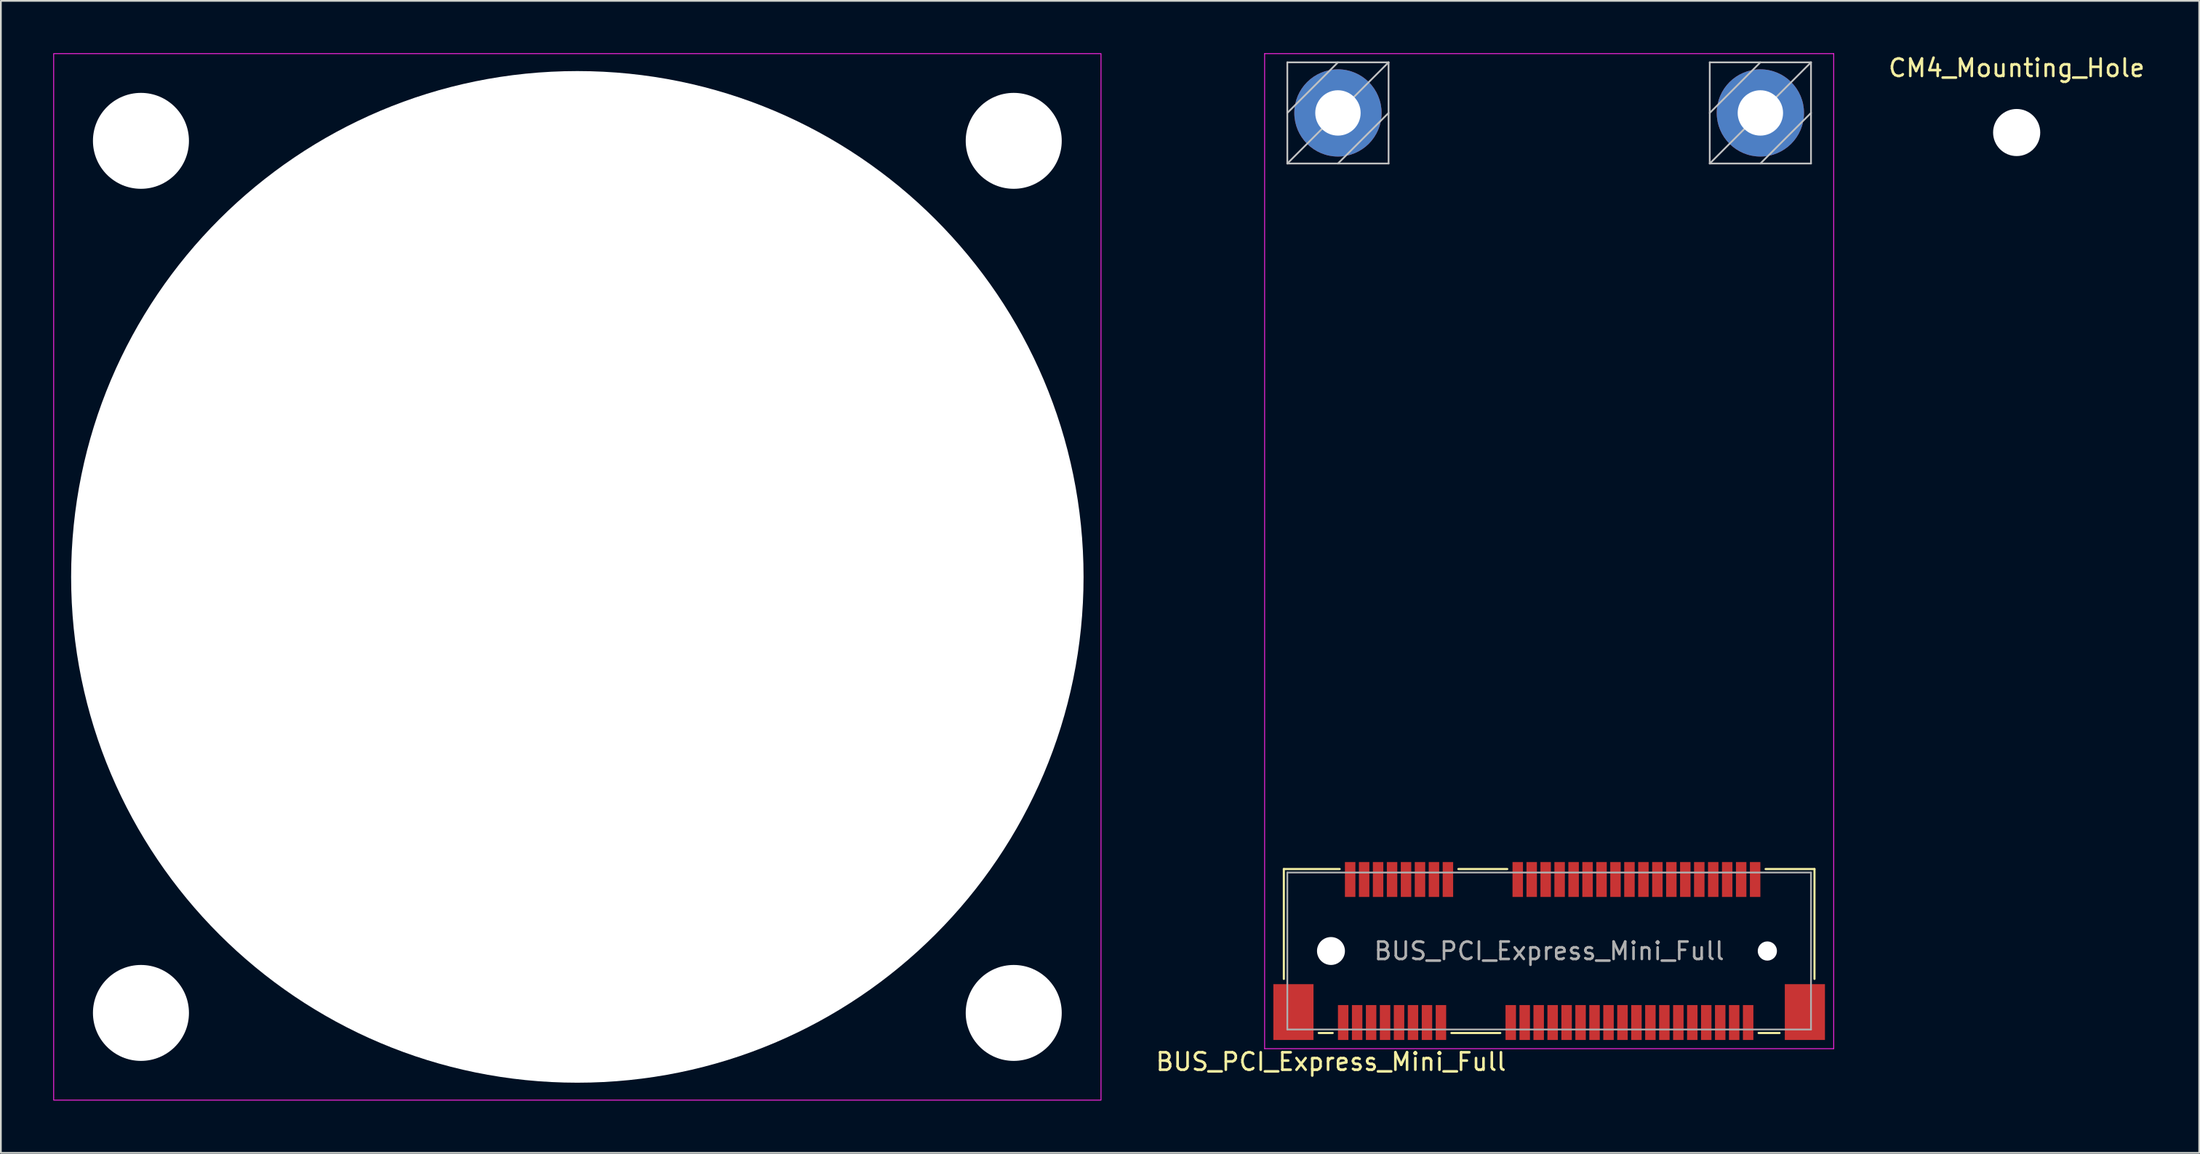
<source format=kicad_pcb>
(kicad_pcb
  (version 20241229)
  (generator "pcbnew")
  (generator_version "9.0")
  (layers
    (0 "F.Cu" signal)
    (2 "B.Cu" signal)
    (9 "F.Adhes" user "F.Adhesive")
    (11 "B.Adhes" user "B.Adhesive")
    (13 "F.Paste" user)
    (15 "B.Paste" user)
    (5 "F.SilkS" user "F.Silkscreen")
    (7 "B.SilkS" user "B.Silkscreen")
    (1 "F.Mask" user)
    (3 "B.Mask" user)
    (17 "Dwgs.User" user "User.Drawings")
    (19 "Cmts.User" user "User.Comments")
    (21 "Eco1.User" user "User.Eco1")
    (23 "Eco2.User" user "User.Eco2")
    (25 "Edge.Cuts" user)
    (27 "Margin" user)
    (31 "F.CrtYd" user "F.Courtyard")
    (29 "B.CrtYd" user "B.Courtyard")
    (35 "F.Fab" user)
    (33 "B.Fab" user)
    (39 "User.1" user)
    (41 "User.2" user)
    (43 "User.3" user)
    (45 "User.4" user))
  (footprint "CM4_Mounting_Hole"
    (layer "F.Cu")
    (at 112.482 4.548)
    (property "Reference" "CM4_Mounting_Hole" (at 0 -3.7 0) (layer "F.SilkS") (effects (font (size 1 1) (thickness 0.15))))
    (attr exclude_from_pos_files exclude_from_bom)
    (pad "" np_thru_hole circle (at 0 0) (size 2.7 2.7) (drill 2.7) (layers "*.Cu" "*.Mask")))
  (footprint "ANT_HOLE"
    (layer "F.Cu")
    (at 30.025 30.025)
    (property "Reference" "ANT_HOLE" (at 0 -0.5 0) (unlocked yes) (layer "F.SilkS") (effects (font (size 1 1) (thickness 0.15))))
    (attr through_hole)
    (fp_rect (start -30 -30) (end 30 30) (stroke (width 0.05) (type solid)) (fill no) (layer "F.CrtYd"))
    (fp_text user "${REF}" (at 0 2.5 0) (unlocked yes) (layer "F.Fab") (effects (font (size 1 1) (thickness 0.15))))
    (pad "" np_thru_hole circle (at -25 -25) (size 5.5 5.5) (drill 5.5) (layers "*.Cu" "*.Mask"))
    (pad "" np_thru_hole circle (at -25 25) (size 5.5 5.5) (drill 5.5) (layers "*.Cu" "*.Mask"))
    (pad "" np_thru_hole circle (at 0 0) (size 58 58) (drill 58) (layers "*.Cu" "*.Mask"))
    (pad "" np_thru_hole circle (at 25 -25) (size 5.5 5.5) (drill 5.5) (layers "*.Cu" "*.Mask"))
    (pad "" np_thru_hole circle (at 25 25) (size 5.5 5.5) (drill 5.5) (layers "*.Cu" "*.Mask")))
  (footprint "BUS_PCI_Express_Mini_Full"
    (layer "F.Cu")
    (at 85.699 51.475)
    (property "Reference" "BUS_PCI_Express_Mini_Full" (at -12.5 6.35 180) (layer "F.SilkS") (effects (font (size 1 1) (thickness 0.15))))
    (attr smd)
    (fp_line (start -15.2 -4.7) (end -15.2 1.6) (stroke (width 0.12) (type solid)) (layer "F.SilkS"))
    (fp_line (start -13.2 4.7) (end -12.4 4.7) (stroke (width 0.12) (type solid)) (layer "F.SilkS"))
    (fp_line (start -12 -4.7) (end -15.2 -4.7) (stroke (width 0.12) (type solid)) (layer "F.SilkS"))
    (fp_line (start -5.6 4.7) (end -2.8 4.7) (stroke (width 0.12) (type solid)) (layer "F.SilkS"))
    (fp_line (start -2.4 -4.7) (end -5.2 -4.7) (stroke (width 0.12) (type solid)) (layer "F.SilkS"))
    (fp_line (start 12 4.7) (end 13.2 4.7) (stroke (width 0.12) (type solid)) (layer "F.SilkS"))
    (fp_line (start 15.2 -4.7) (end 12.4 -4.7) (stroke (width 0.12) (type solid)) (layer "F.SilkS"))
    (fp_line (start 15.2 1.6) (end 15.2 -4.7) (stroke (width 0.12) (type solid)) (layer "F.SilkS"))
    (fp_line (start -15 -50.95) (end -15 -45.15) (stroke (width 0.1) (type solid)) (layer "Dwgs.User"))
    (fp_line (start -15 -50.95) (end -9.2 -50.95) (stroke (width 0.1) (type solid)) (layer "Dwgs.User"))
    (fp_line (start -15 -45.15) (end -9.2 -45.15) (stroke (width 0.1) (type solid)) (layer "Dwgs.User"))
    (fp_line (start -12.1 -50.95) (end -15 -48.05) (stroke (width 0.1) (type solid)) (layer "Dwgs.User"))
    (fp_line (start -9.2 -50.95) (end -15 -45.15) (stroke (width 0.1) (type solid)) (layer "Dwgs.User"))
    (fp_line (start -9.2 -50.95) (end -9.2 -45.15) (stroke (width 0.1) (type solid)) (layer "Dwgs.User"))
    (fp_line (start -9.2 -48.05) (end -12.1 -45.15) (stroke (width 0.1) (type solid)) (layer "Dwgs.User"))
    (fp_line (start 9.2 -50.95) (end 9.2 -45.15) (stroke (width 0.1) (type solid)) (layer "Dwgs.User"))
    (fp_line (start 9.2 -50.95) (end 15 -50.95) (stroke (width 0.1) (type solid)) (layer "Dwgs.User"))
    (fp_line (start 9.2 -45.15) (end 15 -45.15) (stroke (width 0.1) (type solid)) (layer "Dwgs.User"))
    (fp_line (start 12.1 -50.95) (end 9.2 -48.05) (stroke (width 0.1) (type solid)) (layer "Dwgs.User"))
    (fp_line (start 15 -50.95) (end 9.2 -45.15) (stroke (width 0.1) (type solid)) (layer "Dwgs.User"))
    (fp_line (start 15 -50.95) (end 15 -45.15) (stroke (width 0.1) (type solid)) (layer "Dwgs.User"))
    (fp_line (start 15 -48.05) (end 12.1 -45.15) (stroke (width 0.1) (type solid)) (layer "Dwgs.User"))
    (fp_line (start -16.3 -51.45) (end 16.3 -51.45) (stroke (width 0.05) (type solid)) (layer "F.CrtYd"))
    (fp_line (start -16.3 5.6) (end -16.3 -51.45) (stroke (width 0.05) (type solid)) (layer "F.CrtYd"))
    (fp_line (start 16.3 -51.45) (end 16.3 5.6) (stroke (width 0.05) (type solid)) (layer "F.CrtYd"))
    (fp_line (start 16.3 5.6) (end -16.3 5.6) (stroke (width 0.05) (type solid)) (layer "F.CrtYd"))
    (fp_line (start -15 -4.5) (end -15 4.5) (stroke (width 0.1) (type solid)) (layer "F.Fab"))
    (fp_line (start -15 4.5) (end 15 4.5) (stroke (width 0.1) (type solid)) (layer "F.Fab"))
    (fp_line (start 15 -4.5) (end -15 -4.5) (stroke (width 0.1) (type solid)) (layer "F.Fab"))
    (fp_line (start 15 4.5) (end 15 -4.5) (stroke (width 0.1) (type solid)) (layer "F.Fab"))
    (fp_text user "${REFERENCE}" (at 0 0 0) (layer "F.Fab") (effects (font (size 1 1) (thickness 0.15))))
    (pad "" np_thru_hole circle (at -12.5 0) (size 1.6 1.6) (drill 1.6) (layers "*.Cu" "*.Mask"))
    (pad "" np_thru_hole circle (at -12.1 -48.05) (size 5 5) (drill 2.6) (layers "*.Cu" "*.Mask"))
    (pad "" np_thru_hole circle (at 12.1 -48.05) (size 5 5) (drill 2.6) (layers "*.Cu" "*.Mask"))
    (pad "" np_thru_hole circle (at 12.5 0) (size 1.1 1.1) (drill 1.1) (layers "*.Cu" "*.Mask"))
    (pad "1" smd rect (at -11.8 4.1) (size 0.6 2) (layers "F.Cu" "F.Mask" "F.Paste"))
    (pad "2" smd rect (at -11.4 -4.1) (size 0.6 2) (layers "F.Cu" "F.Mask" "F.Paste"))
    (pad "3" smd rect (at -11 4.1) (size 0.6 2) (layers "F.Cu" "F.Mask" "F.Paste"))
    (pad "4" smd rect (at -10.6 -4.1) (size 0.6 2) (layers "F.Cu" "F.Mask" "F.Paste"))
    (pad "5" smd rect (at -10.2 4.1) (size 0.6 2) (layers "F.Cu" "F.Mask" "F.Paste"))
    (pad "6" smd rect (at -9.8 -4.1) (size 0.6 2) (layers "F.Cu" "F.Mask" "F.Paste"))
    (pad "7" smd rect (at -9.4 4.1) (size 0.6 2) (layers "F.Cu" "F.Mask" "F.Paste"))
    (pad "8" smd rect (at -9 -4.1) (size 0.6 2) (layers "F.Cu" "F.Mask" "F.Paste"))
    (pad "9" smd rect (at -8.6 4.1) (size 0.6 2) (layers "F.Cu" "F.Mask" "F.Paste"))
    (pad "10" smd rect (at -8.2 -4.1) (size 0.6 2) (layers "F.Cu" "F.Mask" "F.Paste"))
    (pad "11" smd rect (at -7.8 4.1) (size 0.6 2) (layers "F.Cu" "F.Mask" "F.Paste"))
    (pad "12" smd rect (at -7.4 -4.1) (size 0.6 2) (layers "F.Cu" "F.Mask" "F.Paste"))
    (pad "13" smd rect (at -7 4.1) (size 0.6 2) (layers "F.Cu" "F.Mask" "F.Paste"))
    (pad "14" smd rect (at -6.6 -4.1) (size 0.6 2) (layers "F.Cu" "F.Mask" "F.Paste"))
    (pad "15" smd rect (at -6.2 4.1) (size 0.6 2) (layers "F.Cu" "F.Mask" "F.Paste"))
    (pad "16" smd rect (at -5.8 -4.1) (size 0.6 2) (layers "F.Cu" "F.Mask" "F.Paste"))
    (pad "17" smd rect (at -2.2 4.1) (size 0.6 2) (layers "F.Cu" "F.Mask" "F.Paste"))
    (pad "18" smd rect (at -1.8 -4.1) (size 0.6 2) (layers "F.Cu" "F.Mask" "F.Paste"))
    (pad "19" smd rect (at -1.4 4.1) (size 0.6 2) (layers "F.Cu" "F.Mask" "F.Paste"))
    (pad "20" smd rect (at -1 -4.1) (size 0.6 2) (layers "F.Cu" "F.Mask" "F.Paste"))
    (pad "21" smd rect (at -0.6 4.1) (size 0.6 2) (layers "F.Cu" "F.Mask" "F.Paste"))
    (pad "22" smd rect (at -0.2 -4.1) (size 0.6 2) (layers "F.Cu" "F.Mask" "F.Paste"))
    (pad "23" smd rect (at 0.2 4.1) (size 0.6 2) (layers "F.Cu" "F.Mask" "F.Paste"))
    (pad "24" smd rect (at 0.6 -4.1) (size 0.6 2) (layers "F.Cu" "F.Mask" "F.Paste"))
    (pad "25" smd rect (at 1 4.1) (size 0.6 2) (layers "F.Cu" "F.Mask" "F.Paste"))
    (pad "26" smd rect (at 1.4 -4.1) (size 0.6 2) (layers "F.Cu" "F.Mask" "F.Paste"))
    (pad "27" smd rect (at 1.8 4.1) (size 0.6 2) (layers "F.Cu" "F.Mask" "F.Paste"))
    (pad "28" smd rect (at 2.2 -4.1) (size 0.6 2) (layers "F.Cu" "F.Mask" "F.Paste"))
    (pad "29" smd rect (at 2.6 4.1) (size 0.6 2) (layers "F.Cu" "F.Mask" "F.Paste"))
    (pad "30" smd rect (at 3 -4.1) (size 0.6 2) (layers "F.Cu" "F.Mask" "F.Paste"))
    (pad "31" smd rect (at 3.4 4.1) (size 0.6 2) (layers "F.Cu" "F.Mask" "F.Paste"))
    (pad "32" smd rect (at 3.8 -4.1) (size 0.6 2) (layers "F.Cu" "F.Mask" "F.Paste"))
    (pad "33" smd rect (at 4.2 4.1) (size 0.6 2) (layers "F.Cu" "F.Mask" "F.Paste"))
    (pad "34" smd rect (at 4.6 -4.1) (size 0.6 2) (layers "F.Cu" "F.Mask" "F.Paste"))
    (pad "35" smd rect (at 5 4.1) (size 0.6 2) (layers "F.Cu" "F.Mask" "F.Paste"))
    (pad "36" smd rect (at 5.4 -4.1) (size 0.6 2) (layers "F.Cu" "F.Mask" "F.Paste"))
    (pad "37" smd rect (at 5.8 4.1) (size 0.6 2) (layers "F.Cu" "F.Mask" "F.Paste"))
    (pad "38" smd rect (at 6.2 -4.1) (size 0.6 2) (layers "F.Cu" "F.Mask" "F.Paste"))
    (pad "39" smd rect (at 6.6 4.1) (size 0.6 2) (layers "F.Cu" "F.Mask" "F.Paste"))
    (pad "40" smd rect (at 7 -4.1) (size 0.6 2) (layers "F.Cu" "F.Mask" "F.Paste"))
    (pad "41" smd rect (at 7.4 4.1) (size 0.6 2) (layers "F.Cu" "F.Mask" "F.Paste"))
    (pad "42" smd rect (at 7.8 -4.1) (size 0.6 2) (layers "F.Cu" "F.Mask" "F.Paste"))
    (pad "43" smd rect (at 8.2 4.1) (size 0.6 2) (layers "F.Cu" "F.Mask" "F.Paste"))
    (pad "44" smd rect (at 8.6 -4.1) (size 0.6 2) (layers "F.Cu" "F.Mask" "F.Paste"))
    (pad "45" smd rect (at 9 4.1) (size 0.6 2) (layers "F.Cu" "F.Mask" "F.Paste"))
    (pad "46" smd rect (at 9.4 -4.1) (size 0.6 2) (layers "F.Cu" "F.Mask" "F.Paste"))
    (pad "47" smd rect (at 9.8 4.1) (size 0.6 2) (layers "F.Cu" "F.Mask" "F.Paste"))
    (pad "48" smd rect (at 10.2 -4.1) (size 0.6 2) (layers "F.Cu" "F.Mask" "F.Paste"))
    (pad "49" smd rect (at 10.6 4.1) (size 0.6 2) (layers "F.Cu" "F.Mask" "F.Paste"))
    (pad "50" smd rect (at 11 -4.1) (size 0.6 2) (layers "F.Cu" "F.Mask" "F.Paste"))
    (pad "51" smd rect (at 11.4 4.1) (size 0.6 2) (layers "F.Cu" "F.Mask" "F.Paste"))
    (pad "52" smd rect (at 11.8 -4.1) (size 0.6 2) (layers "F.Cu" "F.Mask" "F.Paste"))
    (pad "MP" smd rect (at -14.65 3.5) (size 2.3 3.2) (layers "F.Cu" "F.Mask" "F.Paste"))
    (pad "MP" smd rect (at 14.65 3.5) (size 2.3 3.2) (layers "F.Cu" "F.Mask" "F.Paste")))
  (gr_rect
    (start -3 -3)
    (end 122.94 63.05)
    (stroke (width 0.1) (type default))
    (fill no)
    (layer "Edge.Cuts")))
</source>
